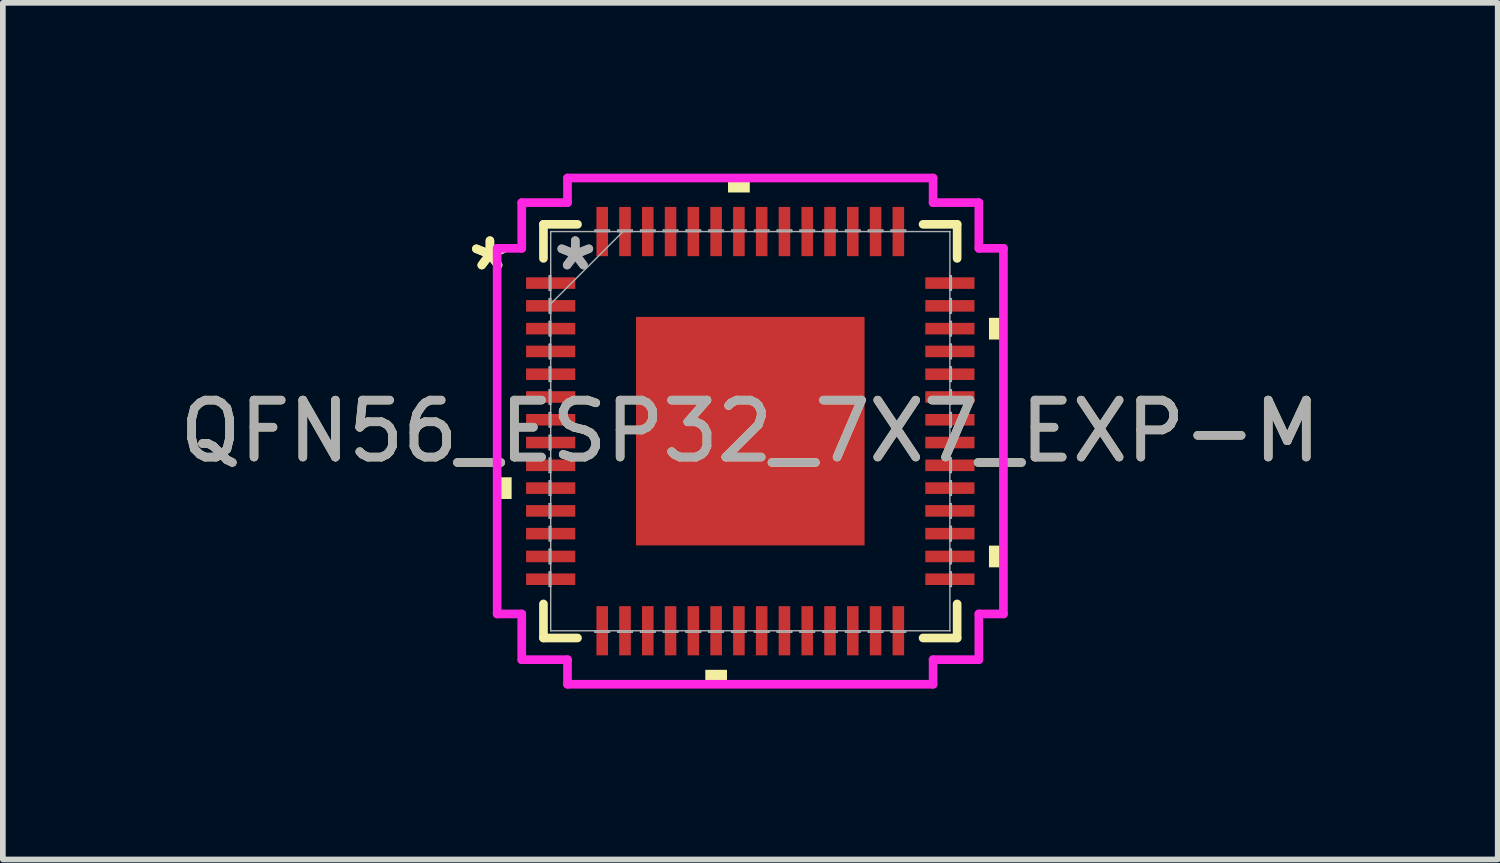
<source format=kicad_pcb>
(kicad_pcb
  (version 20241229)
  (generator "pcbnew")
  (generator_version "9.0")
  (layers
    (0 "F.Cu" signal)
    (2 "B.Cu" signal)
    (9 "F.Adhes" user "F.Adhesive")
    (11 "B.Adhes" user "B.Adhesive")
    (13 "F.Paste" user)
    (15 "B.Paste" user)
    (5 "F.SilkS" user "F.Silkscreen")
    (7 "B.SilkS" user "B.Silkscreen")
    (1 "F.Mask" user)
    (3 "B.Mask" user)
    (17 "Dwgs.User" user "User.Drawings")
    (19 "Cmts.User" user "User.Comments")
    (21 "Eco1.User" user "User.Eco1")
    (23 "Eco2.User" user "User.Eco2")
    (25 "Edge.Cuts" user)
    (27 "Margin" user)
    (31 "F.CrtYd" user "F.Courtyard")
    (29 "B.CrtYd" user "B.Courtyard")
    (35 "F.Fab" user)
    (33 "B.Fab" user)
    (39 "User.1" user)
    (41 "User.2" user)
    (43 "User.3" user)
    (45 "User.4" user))
  (footprint "QFN56_ESP32_7X7_EXP-M"
    (layer "F.Cu")
    (at 10.125 4.521)
    (property "Reference" "QFN56_ESP32_7X7_EXP-M" (at 0 0 0) (unlocked yes) (layer "F.SilkS") (effects (font (size 1 1) (thickness 0.15))))
    (attr smd)
    (fp_line (start -3.632 -3.632) (end -3.632 -3.034) (stroke (width 0.152) (type solid)) (layer "F.SilkS"))
    (fp_line (start -3.632 3.034) (end -3.632 3.632) (stroke (width 0.152) (type solid)) (layer "F.SilkS"))
    (fp_line (start -3.632 3.632) (end -3.034 3.632) (stroke (width 0.152) (type solid)) (layer "F.SilkS"))
    (fp_line (start -3.034 -3.632) (end -3.632 -3.632) (stroke (width 0.152) (type solid)) (layer "F.SilkS"))
    (fp_line (start 3.034 3.632) (end 3.632 3.632) (stroke (width 0.152) (type solid)) (layer "F.SilkS"))
    (fp_line (start 3.632 -3.632) (end 3.034 -3.632) (stroke (width 0.152) (type solid)) (layer "F.SilkS"))
    (fp_line (start 3.632 -3.034) (end 3.632 -3.632) (stroke (width 0.152) (type solid)) (layer "F.SilkS"))
    (fp_line (start 3.632 3.632) (end 3.632 3.034) (stroke (width 0.152) (type solid)) (layer "F.SilkS"))
    (fp_poly (pts (xy -4.445 0.81) (xy -4.445 1.191) (xy -4.191 1.191) (xy -4.191 0.81)) (stroke (width 0) (type solid)) (fill yes) (layer "F.SilkS"))
    (fp_poly (pts (xy -0.79 4.191) (xy -0.79 4.445) (xy -0.409 4.445) (xy -0.409 4.191)) (stroke (width 0) (type solid)) (fill yes) (layer "F.SilkS"))
    (fp_poly (pts (xy -0.391 -4.191) (xy -0.391 -4.445) (xy -0.009 -4.445) (xy -0.009 -4.191)) (stroke (width 0) (type solid)) (fill yes) (layer "F.SilkS"))
    (fp_poly (pts (xy 4.445 -1.99) (xy 4.445 -1.609) (xy 4.191 -1.609) (xy 4.191 -1.99)) (stroke (width 0) (type solid)) (fill yes) (layer "F.SilkS"))
    (fp_poly (pts (xy 4.445 2.01) (xy 4.445 2.391) (xy 4.191 2.391) (xy 4.191 2.01)) (stroke (width 0) (type solid)) (fill yes) (layer "F.SilkS"))
    (fp_poly (pts (xy -1.907 -1.907) (xy -1.907 -0.769) (xy -0.769 -0.769) (xy -0.769 -1.907)) (stroke (width 0) (type solid)) (fill yes) (layer "F.Paste"))
    (fp_poly (pts (xy -1.907 -0.569) (xy -1.907 0.569) (xy -0.769 0.569) (xy -0.769 -0.569)) (stroke (width 0) (type solid)) (fill yes) (layer "F.Paste"))
    (fp_poly (pts (xy -1.907 0.769) (xy -1.907 1.907) (xy -0.769 1.907) (xy -0.769 0.769)) (stroke (width 0) (type solid)) (fill yes) (layer "F.Paste"))
    (fp_poly (pts (xy -0.569 -1.907) (xy -0.569 -0.769) (xy 0.569 -0.769) (xy 0.569 -1.907)) (stroke (width 0) (type solid)) (fill yes) (layer "F.Paste"))
    (fp_poly (pts (xy -0.569 -0.569) (xy -0.569 0.569) (xy 0.569 0.569) (xy 0.569 -0.569)) (stroke (width 0) (type solid)) (fill yes) (layer "F.Paste"))
    (fp_poly (pts (xy -0.569 0.769) (xy -0.569 1.907) (xy 0.569 1.907) (xy 0.569 0.769)) (stroke (width 0) (type solid)) (fill yes) (layer "F.Paste"))
    (fp_poly (pts (xy 0.769 -1.907) (xy 0.769 -0.769) (xy 1.907 -0.769) (xy 1.907 -1.907)) (stroke (width 0) (type solid)) (fill yes) (layer "F.Paste"))
    (fp_poly (pts (xy 0.769 -0.569) (xy 0.769 0.569) (xy 1.907 0.569) (xy 1.907 -0.569)) (stroke (width 0) (type solid)) (fill yes) (layer "F.Paste"))
    (fp_poly (pts (xy 0.769 0.769) (xy 0.769 1.907) (xy 1.907 1.907) (xy 1.907 0.769)) (stroke (width 0) (type solid)) (fill yes) (layer "F.Paste"))
    (fp_line (start -4.445 -3.21) (end -4.013 -3.21) (stroke (width 0.152) (type solid)) (layer "F.CrtYd"))
    (fp_line (start -4.445 3.21) (end -4.445 -3.21) (stroke (width 0.152) (type solid)) (layer "F.CrtYd"))
    (fp_line (start -4.013 -4.013) (end -3.21 -4.013) (stroke (width 0.152) (type solid)) (layer "F.CrtYd"))
    (fp_line (start -4.013 -3.21) (end -4.013 -4.013) (stroke (width 0.152) (type solid)) (layer "F.CrtYd"))
    (fp_line (start -4.013 3.21) (end -4.445 3.21) (stroke (width 0.152) (type solid)) (layer "F.CrtYd"))
    (fp_line (start -4.013 4.013) (end -4.013 3.21) (stroke (width 0.152) (type solid)) (layer "F.CrtYd"))
    (fp_line (start -3.21 -4.445) (end 3.21 -4.445) (stroke (width 0.152) (type solid)) (layer "F.CrtYd"))
    (fp_line (start -3.21 -4.013) (end -3.21 -4.445) (stroke (width 0.152) (type solid)) (layer "F.CrtYd"))
    (fp_line (start -3.21 4.013) (end -4.013 4.013) (stroke (width 0.152) (type solid)) (layer "F.CrtYd"))
    (fp_line (start -3.21 4.445) (end -3.21 4.013) (stroke (width 0.152) (type solid)) (layer "F.CrtYd"))
    (fp_line (start 3.21 -4.445) (end 3.21 -4.013) (stroke (width 0.152) (type solid)) (layer "F.CrtYd"))
    (fp_line (start 3.21 -4.013) (end 4.013 -4.013) (stroke (width 0.152) (type solid)) (layer "F.CrtYd"))
    (fp_line (start 3.21 4.013) (end 3.21 4.445) (stroke (width 0.152) (type solid)) (layer "F.CrtYd"))
    (fp_line (start 3.21 4.445) (end -3.21 4.445) (stroke (width 0.152) (type solid)) (layer "F.CrtYd"))
    (fp_line (start 4.013 -4.013) (end 4.013 -3.21) (stroke (width 0.152) (type solid)) (layer "F.CrtYd"))
    (fp_line (start 4.013 -3.21) (end 4.445 -3.21) (stroke (width 0.152) (type solid)) (layer "F.CrtYd"))
    (fp_line (start 4.013 3.21) (end 4.013 4.013) (stroke (width 0.152) (type solid)) (layer "F.CrtYd"))
    (fp_line (start 4.013 4.013) (end 3.21 4.013) (stroke (width 0.152) (type solid)) (layer "F.CrtYd"))
    (fp_line (start 4.445 -3.21) (end 4.445 3.21) (stroke (width 0.152) (type solid)) (layer "F.CrtYd"))
    (fp_line (start 4.445 3.21) (end 4.013 3.21) (stroke (width 0.152) (type solid)) (layer "F.CrtYd"))
    (fp_line (start -3.531 -2.727) (end -3.531 -2.473) (stroke (width 0.025) (type solid)) (layer "F.Fab"))
    (fp_line (start -3.531 -2.473) (end -3.505 -2.473) (stroke (width 0.025) (type solid)) (layer "F.Fab"))
    (fp_line (start -3.531 -2.327) (end -3.531 -2.073) (stroke (width 0.025) (type solid)) (layer "F.Fab"))
    (fp_line (start -3.531 -2.073) (end -3.505 -2.073) (stroke (width 0.025) (type solid)) (layer "F.Fab"))
    (fp_line (start -3.531 -1.927) (end -3.531 -1.673) (stroke (width 0.025) (type solid)) (layer "F.Fab"))
    (fp_line (start -3.531 -1.673) (end -3.505 -1.673) (stroke (width 0.025) (type solid)) (layer "F.Fab"))
    (fp_line (start -3.531 -1.527) (end -3.531 -1.273) (stroke (width 0.025) (type solid)) (layer "F.Fab"))
    (fp_line (start -3.531 -1.273) (end -3.505 -1.273) (stroke (width 0.025) (type solid)) (layer "F.Fab"))
    (fp_line (start -3.531 -1.127) (end -3.531 -0.873) (stroke (width 0.025) (type solid)) (layer "F.Fab"))
    (fp_line (start -3.531 -0.873) (end -3.505 -0.873) (stroke (width 0.025) (type solid)) (layer "F.Fab"))
    (fp_line (start -3.531 -0.727) (end -3.531 -0.473) (stroke (width 0.025) (type solid)) (layer "F.Fab"))
    (fp_line (start -3.531 -0.473) (end -3.505 -0.473) (stroke (width 0.025) (type solid)) (layer "F.Fab"))
    (fp_line (start -3.531 -0.327) (end -3.531 -0.073) (stroke (width 0.025) (type solid)) (layer "F.Fab"))
    (fp_line (start -3.531 -0.073) (end -3.505 -0.073) (stroke (width 0.025) (type solid)) (layer "F.Fab"))
    (fp_line (start -3.531 0.073) (end -3.531 0.327) (stroke (width 0.025) (type solid)) (layer "F.Fab"))
    (fp_line (start -3.531 0.327) (end -3.505 0.327) (stroke (width 0.025) (type solid)) (layer "F.Fab"))
    (fp_line (start -3.531 0.473) (end -3.531 0.727) (stroke (width 0.025) (type solid)) (layer "F.Fab"))
    (fp_line (start -3.531 0.727) (end -3.505 0.727) (stroke (width 0.025) (type solid)) (layer "F.Fab"))
    (fp_line (start -3.531 0.873) (end -3.531 1.127) (stroke (width 0.025) (type solid)) (layer "F.Fab"))
    (fp_line (start -3.531 1.127) (end -3.505 1.127) (stroke (width 0.025) (type solid)) (layer "F.Fab"))
    (fp_line (start -3.531 1.273) (end -3.531 1.527) (stroke (width 0.025) (type solid)) (layer "F.Fab"))
    (fp_line (start -3.531 1.527) (end -3.505 1.527) (stroke (width 0.025) (type solid)) (layer "F.Fab"))
    (fp_line (start -3.531 1.673) (end -3.531 1.927) (stroke (width 0.025) (type solid)) (layer "F.Fab"))
    (fp_line (start -3.531 1.927) (end -3.505 1.927) (stroke (width 0.025) (type solid)) (layer "F.Fab"))
    (fp_line (start -3.531 2.073) (end -3.531 2.327) (stroke (width 0.025) (type solid)) (layer "F.Fab"))
    (fp_line (start -3.531 2.327) (end -3.505 2.327) (stroke (width 0.025) (type solid)) (layer "F.Fab"))
    (fp_line (start -3.531 2.473) (end -3.531 2.727) (stroke (width 0.025) (type solid)) (layer "F.Fab"))
    (fp_line (start -3.531 2.727) (end -3.505 2.727) (stroke (width 0.025) (type solid)) (layer "F.Fab"))
    (fp_line (start -3.505 -3.505) (end -3.505 -3.505) (stroke (width 0.025) (type solid)) (layer "F.Fab"))
    (fp_line (start -3.505 -3.505) (end -3.505 3.505) (stroke (width 0.025) (type solid)) (layer "F.Fab"))
    (fp_line (start -3.505 -2.727) (end -3.531 -2.727) (stroke (width 0.025) (type solid)) (layer "F.Fab"))
    (fp_line (start -3.505 -2.473) (end -3.505 -2.727) (stroke (width 0.025) (type solid)) (layer "F.Fab"))
    (fp_line (start -3.505 -2.327) (end -3.531 -2.327) (stroke (width 0.025) (type solid)) (layer "F.Fab"))
    (fp_line (start -3.505 -2.235) (end -2.235 -3.505) (stroke (width 0.025) (type solid)) (layer "F.Fab"))
    (fp_line (start -3.505 -2.073) (end -3.505 -2.327) (stroke (width 0.025) (type solid)) (layer "F.Fab"))
    (fp_line (start -3.505 -1.927) (end -3.531 -1.927) (stroke (width 0.025) (type solid)) (layer "F.Fab"))
    (fp_line (start -3.505 -1.673) (end -3.505 -1.927) (stroke (width 0.025) (type solid)) (layer "F.Fab"))
    (fp_line (start -3.505 -1.527) (end -3.531 -1.527) (stroke (width 0.025) (type solid)) (layer "F.Fab"))
    (fp_line (start -3.505 -1.273) (end -3.505 -1.527) (stroke (width 0.025) (type solid)) (layer "F.Fab"))
    (fp_line (start -3.505 -1.127) (end -3.531 -1.127) (stroke (width 0.025) (type solid)) (layer "F.Fab"))
    (fp_line (start -3.505 -0.873) (end -3.505 -1.127) (stroke (width 0.025) (type solid)) (layer "F.Fab"))
    (fp_line (start -3.505 -0.727) (end -3.531 -0.727) (stroke (width 0.025) (type solid)) (layer "F.Fab"))
    (fp_line (start -3.505 -0.473) (end -3.505 -0.727) (stroke (width 0.025) (type solid)) (layer "F.Fab"))
    (fp_line (start -3.505 -0.327) (end -3.531 -0.327) (stroke (width 0.025) (type solid)) (layer "F.Fab"))
    (fp_line (start -3.505 -0.073) (end -3.505 -0.327) (stroke (width 0.025) (type solid)) (layer "F.Fab"))
    (fp_line (start -3.505 0.073) (end -3.531 0.073) (stroke (width 0.025) (type solid)) (layer "F.Fab"))
    (fp_line (start -3.505 0.327) (end -3.505 0.073) (stroke (width 0.025) (type solid)) (layer "F.Fab"))
    (fp_line (start -3.505 0.473) (end -3.531 0.473) (stroke (width 0.025) (type solid)) (layer "F.Fab"))
    (fp_line (start -3.505 0.727) (end -3.505 0.473) (stroke (width 0.025) (type solid)) (layer "F.Fab"))
    (fp_line (start -3.505 0.873) (end -3.531 0.873) (stroke (width 0.025) (type solid)) (layer "F.Fab"))
    (fp_line (start -3.505 1.127) (end -3.505 0.873) (stroke (width 0.025) (type solid)) (layer "F.Fab"))
    (fp_line (start -3.505 1.273) (end -3.531 1.273) (stroke (width 0.025) (type solid)) (layer "F.Fab"))
    (fp_line (start -3.505 1.527) (end -3.505 1.273) (stroke (width 0.025) (type solid)) (layer "F.Fab"))
    (fp_line (start -3.505 1.673) (end -3.531 1.673) (stroke (width 0.025) (type solid)) (layer "F.Fab"))
    (fp_line (start -3.505 1.927) (end -3.505 1.673) (stroke (width 0.025) (type solid)) (layer "F.Fab"))
    (fp_line (start -3.505 2.073) (end -3.531 2.073) (stroke (width 0.025) (type solid)) (layer "F.Fab"))
    (fp_line (start -3.505 2.327) (end -3.505 2.073) (stroke (width 0.025) (type solid)) (layer "F.Fab"))
    (fp_line (start -3.505 2.473) (end -3.531 2.473) (stroke (width 0.025) (type solid)) (layer "F.Fab"))
    (fp_line (start -3.505 2.727) (end -3.505 2.473) (stroke (width 0.025) (type solid)) (layer "F.Fab"))
    (fp_line (start -3.505 3.505) (end -3.505 3.505) (stroke (width 0.025) (type solid)) (layer "F.Fab"))
    (fp_line (start -3.505 3.505) (end 3.505 3.505) (stroke (width 0.025) (type solid)) (layer "F.Fab"))
    (fp_line (start -2.727 -3.531) (end -2.727 -3.505) (stroke (width 0.025) (type solid)) (layer "F.Fab"))
    (fp_line (start -2.727 -3.505) (end -2.473 -3.505) (stroke (width 0.025) (type solid)) (layer "F.Fab"))
    (fp_line (start -2.727 3.505) (end -2.727 3.531) (stroke (width 0.025) (type solid)) (layer "F.Fab"))
    (fp_line (start -2.727 3.531) (end -2.473 3.531) (stroke (width 0.025) (type solid)) (layer "F.Fab"))
    (fp_line (start -2.473 -3.531) (end -2.727 -3.531) (stroke (width 0.025) (type solid)) (layer "F.Fab"))
    (fp_line (start -2.473 -3.505) (end -2.473 -3.531) (stroke (width 0.025) (type solid)) (layer "F.Fab"))
    (fp_line (start -2.473 3.505) (end -2.727 3.505) (stroke (width 0.025) (type solid)) (layer "F.Fab"))
    (fp_line (start -2.473 3.531) (end -2.473 3.505) (stroke (width 0.025) (type solid)) (layer "F.Fab"))
    (fp_line (start -2.327 -3.531) (end -2.327 -3.505) (stroke (width 0.025) (type solid)) (layer "F.Fab"))
    (fp_line (start -2.327 -3.505) (end -2.073 -3.505) (stroke (width 0.025) (type solid)) (layer "F.Fab"))
    (fp_line (start -2.327 3.505) (end -2.327 3.531) (stroke (width 0.025) (type solid)) (layer "F.Fab"))
    (fp_line (start -2.327 3.531) (end -2.073 3.531) (stroke (width 0.025) (type solid)) (layer "F.Fab"))
    (fp_line (start -2.073 -3.531) (end -2.327 -3.531) (stroke (width 0.025) (type solid)) (layer "F.Fab"))
    (fp_line (start -2.073 -3.505) (end -2.073 -3.531) (stroke (width 0.025) (type solid)) (layer "F.Fab"))
    (fp_line (start -2.073 3.505) (end -2.327 3.505) (stroke (width 0.025) (type solid)) (layer "F.Fab"))
    (fp_line (start -2.073 3.531) (end -2.073 3.505) (stroke (width 0.025) (type solid)) (layer "F.Fab"))
    (fp_line (start -1.927 -3.531) (end -1.927 -3.505) (stroke (width 0.025) (type solid)) (layer "F.Fab"))
    (fp_line (start -1.927 -3.505) (end -1.673 -3.505) (stroke (width 0.025) (type solid)) (layer "F.Fab"))
    (fp_line (start -1.927 3.505) (end -1.927 3.531) (stroke (width 0.025) (type solid)) (layer "F.Fab"))
    (fp_line (start -1.927 3.531) (end -1.673 3.531) (stroke (width 0.025) (type solid)) (layer "F.Fab"))
    (fp_line (start -1.673 -3.531) (end -1.927 -3.531) (stroke (width 0.025) (type solid)) (layer "F.Fab"))
    (fp_line (start -1.673 -3.505) (end -1.673 -3.531) (stroke (width 0.025) (type solid)) (layer "F.Fab"))
    (fp_line (start -1.673 3.505) (end -1.927 3.505) (stroke (width 0.025) (type solid)) (layer "F.Fab"))
    (fp_line (start -1.673 3.531) (end -1.673 3.505) (stroke (width 0.025) (type solid)) (layer "F.Fab"))
    (fp_line (start -1.527 -3.531) (end -1.527 -3.505) (stroke (width 0.025) (type solid)) (layer "F.Fab"))
    (fp_line (start -1.527 -3.505) (end -1.273 -3.505) (stroke (width 0.025) (type solid)) (layer "F.Fab"))
    (fp_line (start -1.527 3.505) (end -1.527 3.531) (stroke (width 0.025) (type solid)) (layer "F.Fab"))
    (fp_line (start -1.527 3.531) (end -1.273 3.531) (stroke (width 0.025) (type solid)) (layer "F.Fab"))
    (fp_line (start -1.273 -3.531) (end -1.527 -3.531) (stroke (width 0.025) (type solid)) (layer "F.Fab"))
    (fp_line (start -1.273 -3.505) (end -1.273 -3.531) (stroke (width 0.025) (type solid)) (layer "F.Fab"))
    (fp_line (start -1.273 3.505) (end -1.527 3.505) (stroke (width 0.025) (type solid)) (layer "F.Fab"))
    (fp_line (start -1.273 3.531) (end -1.273 3.505) (stroke (width 0.025) (type solid)) (layer "F.Fab"))
    (fp_line (start -1.127 -3.531) (end -1.127 -3.505) (stroke (width 0.025) (type solid)) (layer "F.Fab"))
    (fp_line (start -1.127 -3.505) (end -0.873 -3.505) (stroke (width 0.025) (type solid)) (layer "F.Fab"))
    (fp_line (start -1.127 3.505) (end -1.127 3.531) (stroke (width 0.025) (type solid)) (layer "F.Fab"))
    (fp_line (start -1.127 3.531) (end -0.873 3.531) (stroke (width 0.025) (type solid)) (layer "F.Fab"))
    (fp_line (start -0.873 -3.531) (end -1.127 -3.531) (stroke (width 0.025) (type solid)) (layer "F.Fab"))
    (fp_line (start -0.873 -3.505) (end -0.873 -3.531) (stroke (width 0.025) (type solid)) (layer "F.Fab"))
    (fp_line (start -0.873 3.505) (end -1.127 3.505) (stroke (width 0.025) (type solid)) (layer "F.Fab"))
    (fp_line (start -0.873 3.531) (end -0.873 3.505) (stroke (width 0.025) (type solid)) (layer "F.Fab"))
    (fp_line (start -0.727 -3.531) (end -0.727 -3.505) (stroke (width 0.025) (type solid)) (layer "F.Fab"))
    (fp_line (start -0.727 -3.505) (end -0.473 -3.505) (stroke (width 0.025) (type solid)) (layer "F.Fab"))
    (fp_line (start -0.727 3.505) (end -0.727 3.531) (stroke (width 0.025) (type solid)) (layer "F.Fab"))
    (fp_line (start -0.727 3.531) (end -0.473 3.531) (stroke (width 0.025) (type solid)) (layer "F.Fab"))
    (fp_line (start -0.473 -3.531) (end -0.727 -3.531) (stroke (width 0.025) (type solid)) (layer "F.Fab"))
    (fp_line (start -0.473 -3.505) (end -0.473 -3.531) (stroke (width 0.025) (type solid)) (layer "F.Fab"))
    (fp_line (start -0.473 3.505) (end -0.727 3.505) (stroke (width 0.025) (type solid)) (layer "F.Fab"))
    (fp_line (start -0.473 3.531) (end -0.473 3.505) (stroke (width 0.025) (type solid)) (layer "F.Fab"))
    (fp_line (start -0.327 -3.531) (end -0.327 -3.505) (stroke (width 0.025) (type solid)) (layer "F.Fab"))
    (fp_line (start -0.327 -3.505) (end -0.073 -3.505) (stroke (width 0.025) (type solid)) (layer "F.Fab"))
    (fp_line (start -0.327 3.505) (end -0.327 3.531) (stroke (width 0.025) (type solid)) (layer "F.Fab"))
    (fp_line (start -0.327 3.531) (end -0.073 3.531) (stroke (width 0.025) (type solid)) (layer "F.Fab"))
    (fp_line (start -0.073 -3.531) (end -0.327 -3.531) (stroke (width 0.025) (type solid)) (layer "F.Fab"))
    (fp_line (start -0.073 -3.505) (end -0.073 -3.531) (stroke (width 0.025) (type solid)) (layer "F.Fab"))
    (fp_line (start -0.073 3.505) (end -0.327 3.505) (stroke (width 0.025) (type solid)) (layer "F.Fab"))
    (fp_line (start -0.073 3.531) (end -0.073 3.505) (stroke (width 0.025) (type solid)) (layer "F.Fab"))
    (fp_line (start 0.073 -3.531) (end 0.073 -3.505) (stroke (width 0.025) (type solid)) (layer "F.Fab"))
    (fp_line (start 0.073 -3.505) (end 0.327 -3.505) (stroke (width 0.025) (type solid)) (layer "F.Fab"))
    (fp_line (start 0.073 3.505) (end 0.073 3.531) (stroke (width 0.025) (type solid)) (layer "F.Fab"))
    (fp_line (start 0.073 3.531) (end 0.327 3.531) (stroke (width 0.025) (type solid)) (layer "F.Fab"))
    (fp_line (start 0.327 -3.531) (end 0.073 -3.531) (stroke (width 0.025) (type solid)) (layer "F.Fab"))
    (fp_line (start 0.327 -3.505) (end 0.327 -3.531) (stroke (width 0.025) (type solid)) (layer "F.Fab"))
    (fp_line (start 0.327 3.505) (end 0.073 3.505) (stroke (width 0.025) (type solid)) (layer "F.Fab"))
    (fp_line (start 0.327 3.531) (end 0.327 3.505) (stroke (width 0.025) (type solid)) (layer "F.Fab"))
    (fp_line (start 0.473 -3.531) (end 0.473 -3.505) (stroke (width 0.025) (type solid)) (layer "F.Fab"))
    (fp_line (start 0.473 -3.505) (end 0.727 -3.505) (stroke (width 0.025) (type solid)) (layer "F.Fab"))
    (fp_line (start 0.473 3.505) (end 0.473 3.531) (stroke (width 0.025) (type solid)) (layer "F.Fab"))
    (fp_line (start 0.473 3.531) (end 0.727 3.531) (stroke (width 0.025) (type solid)) (layer "F.Fab"))
    (fp_line (start 0.727 -3.531) (end 0.473 -3.531) (stroke (width 0.025) (type solid)) (layer "F.Fab"))
    (fp_line (start 0.727 -3.505) (end 0.727 -3.531) (stroke (width 0.025) (type solid)) (layer "F.Fab"))
    (fp_line (start 0.727 3.505) (end 0.473 3.505) (stroke (width 0.025) (type solid)) (layer "F.Fab"))
    (fp_line (start 0.727 3.531) (end 0.727 3.505) (stroke (width 0.025) (type solid)) (layer "F.Fab"))
    (fp_line (start 0.873 -3.531) (end 0.873 -3.505) (stroke (width 0.025) (type solid)) (layer "F.Fab"))
    (fp_line (start 0.873 -3.505) (end 1.127 -3.505) (stroke (width 0.025) (type solid)) (layer "F.Fab"))
    (fp_line (start 0.873 3.505) (end 0.873 3.531) (stroke (width 0.025) (type solid)) (layer "F.Fab"))
    (fp_line (start 0.873 3.531) (end 1.127 3.531) (stroke (width 0.025) (type solid)) (layer "F.Fab"))
    (fp_line (start 1.127 -3.531) (end 0.873 -3.531) (stroke (width 0.025) (type solid)) (layer "F.Fab"))
    (fp_line (start 1.127 -3.505) (end 1.127 -3.531) (stroke (width 0.025) (type solid)) (layer "F.Fab"))
    (fp_line (start 1.127 3.505) (end 0.873 3.505) (stroke (width 0.025) (type solid)) (layer "F.Fab"))
    (fp_line (start 1.127 3.531) (end 1.127 3.505) (stroke (width 0.025) (type solid)) (layer "F.Fab"))
    (fp_line (start 1.273 -3.531) (end 1.273 -3.505) (stroke (width 0.025) (type solid)) (layer "F.Fab"))
    (fp_line (start 1.273 -3.505) (end 1.527 -3.505) (stroke (width 0.025) (type solid)) (layer "F.Fab"))
    (fp_line (start 1.273 3.505) (end 1.273 3.531) (stroke (width 0.025) (type solid)) (layer "F.Fab"))
    (fp_line (start 1.273 3.531) (end 1.527 3.531) (stroke (width 0.025) (type solid)) (layer "F.Fab"))
    (fp_line (start 1.527 -3.531) (end 1.273 -3.531) (stroke (width 0.025) (type solid)) (layer "F.Fab"))
    (fp_line (start 1.527 -3.505) (end 1.527 -3.531) (stroke (width 0.025) (type solid)) (layer "F.Fab"))
    (fp_line (start 1.527 3.505) (end 1.273 3.505) (stroke (width 0.025) (type solid)) (layer "F.Fab"))
    (fp_line (start 1.527 3.531) (end 1.527 3.505) (stroke (width 0.025) (type solid)) (layer "F.Fab"))
    (fp_line (start 1.673 -3.531) (end 1.673 -3.505) (stroke (width 0.025) (type solid)) (layer "F.Fab"))
    (fp_line (start 1.673 -3.505) (end 1.927 -3.505) (stroke (width 0.025) (type solid)) (layer "F.Fab"))
    (fp_line (start 1.673 3.505) (end 1.673 3.531) (stroke (width 0.025) (type solid)) (layer "F.Fab"))
    (fp_line (start 1.673 3.531) (end 1.927 3.531) (stroke (width 0.025) (type solid)) (layer "F.Fab"))
    (fp_line (start 1.927 -3.531) (end 1.673 -3.531) (stroke (width 0.025) (type solid)) (layer "F.Fab"))
    (fp_line (start 1.927 -3.505) (end 1.927 -3.531) (stroke (width 0.025) (type solid)) (layer "F.Fab"))
    (fp_line (start 1.927 3.505) (end 1.673 3.505) (stroke (width 0.025) (type solid)) (layer "F.Fab"))
    (fp_line (start 1.927 3.531) (end 1.927 3.505) (stroke (width 0.025) (type solid)) (layer "F.Fab"))
    (fp_line (start 2.073 -3.531) (end 2.073 -3.505) (stroke (width 0.025) (type solid)) (layer "F.Fab"))
    (fp_line (start 2.073 -3.505) (end 2.327 -3.505) (stroke (width 0.025) (type solid)) (layer "F.Fab"))
    (fp_line (start 2.073 3.505) (end 2.073 3.531) (stroke (width 0.025) (type solid)) (layer "F.Fab"))
    (fp_line (start 2.073 3.531) (end 2.327 3.531) (stroke (width 0.025) (type solid)) (layer "F.Fab"))
    (fp_line (start 2.327 -3.531) (end 2.073 -3.531) (stroke (width 0.025) (type solid)) (layer "F.Fab"))
    (fp_line (start 2.327 -3.505) (end 2.327 -3.531) (stroke (width 0.025) (type solid)) (layer "F.Fab"))
    (fp_line (start 2.327 3.505) (end 2.073 3.505) (stroke (width 0.025) (type solid)) (layer "F.Fab"))
    (fp_line (start 2.327 3.531) (end 2.327 3.505) (stroke (width 0.025) (type solid)) (layer "F.Fab"))
    (fp_line (start 2.473 -3.531) (end 2.473 -3.505) (stroke (width 0.025) (type solid)) (layer "F.Fab"))
    (fp_line (start 2.473 -3.505) (end 2.727 -3.505) (stroke (width 0.025) (type solid)) (layer "F.Fab"))
    (fp_line (start 2.473 3.505) (end 2.473 3.531) (stroke (width 0.025) (type solid)) (layer "F.Fab"))
    (fp_line (start 2.473 3.531) (end 2.727 3.531) (stroke (width 0.025) (type solid)) (layer "F.Fab"))
    (fp_line (start 2.727 -3.531) (end 2.473 -3.531) (stroke (width 0.025) (type solid)) (layer "F.Fab"))
    (fp_line (start 2.727 -3.505) (end 2.727 -3.531) (stroke (width 0.025) (type solid)) (layer "F.Fab"))
    (fp_line (start 2.727 3.505) (end 2.473 3.505) (stroke (width 0.025) (type solid)) (layer "F.Fab"))
    (fp_line (start 2.727 3.531) (end 2.727 3.505) (stroke (width 0.025) (type solid)) (layer "F.Fab"))
    (fp_line (start 3.505 -3.505) (end -3.505 -3.505) (stroke (width 0.025) (type solid)) (layer "F.Fab"))
    (fp_line (start 3.505 -3.505) (end 3.505 -3.505) (stroke (width 0.025) (type solid)) (layer "F.Fab"))
    (fp_line (start 3.505 -2.727) (end 3.505 -2.473) (stroke (width 0.025) (type solid)) (layer "F.Fab"))
    (fp_line (start 3.505 -2.473) (end 3.531 -2.473) (stroke (width 0.025) (type solid)) (layer "F.Fab"))
    (fp_line (start 3.505 -2.327) (end 3.505 -2.073) (stroke (width 0.025) (type solid)) (layer "F.Fab"))
    (fp_line (start 3.505 -2.073) (end 3.531 -2.073) (stroke (width 0.025) (type solid)) (layer "F.Fab"))
    (fp_line (start 3.505 -1.927) (end 3.505 -1.673) (stroke (width 0.025) (type solid)) (layer "F.Fab"))
    (fp_line (start 3.505 -1.673) (end 3.531 -1.673) (stroke (width 0.025) (type solid)) (layer "F.Fab"))
    (fp_line (start 3.505 -1.527) (end 3.505 -1.273) (stroke (width 0.025) (type solid)) (layer "F.Fab"))
    (fp_line (start 3.505 -1.273) (end 3.531 -1.273) (stroke (width 0.025) (type solid)) (layer "F.Fab"))
    (fp_line (start 3.505 -1.127) (end 3.505 -0.873) (stroke (width 0.025) (type solid)) (layer "F.Fab"))
    (fp_line (start 3.505 -0.873) (end 3.531 -0.873) (stroke (width 0.025) (type solid)) (layer "F.Fab"))
    (fp_line (start 3.505 -0.727) (end 3.505 -0.473) (stroke (width 0.025) (type solid)) (layer "F.Fab"))
    (fp_line (start 3.505 -0.473) (end 3.531 -0.473) (stroke (width 0.025) (type solid)) (layer "F.Fab"))
    (fp_line (start 3.505 -0.327) (end 3.505 -0.073) (stroke (width 0.025) (type solid)) (layer "F.Fab"))
    (fp_line (start 3.505 -0.073) (end 3.531 -0.073) (stroke (width 0.025) (type solid)) (layer "F.Fab"))
    (fp_line (start 3.505 0.073) (end 3.505 0.327) (stroke (width 0.025) (type solid)) (layer "F.Fab"))
    (fp_line (start 3.505 0.327) (end 3.531 0.327) (stroke (width 0.025) (type solid)) (layer "F.Fab"))
    (fp_line (start 3.505 0.473) (end 3.505 0.727) (stroke (width 0.025) (type solid)) (layer "F.Fab"))
    (fp_line (start 3.505 0.727) (end 3.531 0.727) (stroke (width 0.025) (type solid)) (layer "F.Fab"))
    (fp_line (start 3.505 0.873) (end 3.505 1.127) (stroke (width 0.025) (type solid)) (layer "F.Fab"))
    (fp_line (start 3.505 1.127) (end 3.531 1.127) (stroke (width 0.025) (type solid)) (layer "F.Fab"))
    (fp_line (start 3.505 1.273) (end 3.505 1.527) (stroke (width 0.025) (type solid)) (layer "F.Fab"))
    (fp_line (start 3.505 1.527) (end 3.531 1.527) (stroke (width 0.025) (type solid)) (layer "F.Fab"))
    (fp_line (start 3.505 1.673) (end 3.505 1.927) (stroke (width 0.025) (type solid)) (layer "F.Fab"))
    (fp_line (start 3.505 1.927) (end 3.531 1.927) (stroke (width 0.025) (type solid)) (layer "F.Fab"))
    (fp_line (start 3.505 2.073) (end 3.505 2.327) (stroke (width 0.025) (type solid)) (layer "F.Fab"))
    (fp_line (start 3.505 2.327) (end 3.531 2.327) (stroke (width 0.025) (type solid)) (layer "F.Fab"))
    (fp_line (start 3.505 2.473) (end 3.505 2.727) (stroke (width 0.025) (type solid)) (layer "F.Fab"))
    (fp_line (start 3.505 2.727) (end 3.531 2.727) (stroke (width 0.025) (type solid)) (layer "F.Fab"))
    (fp_line (start 3.505 3.505) (end 3.505 -3.505) (stroke (width 0.025) (type solid)) (layer "F.Fab"))
    (fp_line (start 3.505 3.505) (end 3.505 3.505) (stroke (width 0.025) (type solid)) (layer "F.Fab"))
    (fp_line (start 3.531 -2.727) (end 3.505 -2.727) (stroke (width 0.025) (type solid)) (layer "F.Fab"))
    (fp_line (start 3.531 -2.473) (end 3.531 -2.727) (stroke (width 0.025) (type solid)) (layer "F.Fab"))
    (fp_line (start 3.531 -2.327) (end 3.505 -2.327) (stroke (width 0.025) (type solid)) (layer "F.Fab"))
    (fp_line (start 3.531 -2.073) (end 3.531 -2.327) (stroke (width 0.025) (type solid)) (layer "F.Fab"))
    (fp_line (start 3.531 -1.927) (end 3.505 -1.927) (stroke (width 0.025) (type solid)) (layer "F.Fab"))
    (fp_line (start 3.531 -1.673) (end 3.531 -1.927) (stroke (width 0.025) (type solid)) (layer "F.Fab"))
    (fp_line (start 3.531 -1.527) (end 3.505 -1.527) (stroke (width 0.025) (type solid)) (layer "F.Fab"))
    (fp_line (start 3.531 -1.273) (end 3.531 -1.527) (stroke (width 0.025) (type solid)) (layer "F.Fab"))
    (fp_line (start 3.531 -1.127) (end 3.505 -1.127) (stroke (width 0.025) (type solid)) (layer "F.Fab"))
    (fp_line (start 3.531 -0.873) (end 3.531 -1.127) (stroke (width 0.025) (type solid)) (layer "F.Fab"))
    (fp_line (start 3.531 -0.727) (end 3.505 -0.727) (stroke (width 0.025) (type solid)) (layer "F.Fab"))
    (fp_line (start 3.531 -0.473) (end 3.531 -0.727) (stroke (width 0.025) (type solid)) (layer "F.Fab"))
    (fp_line (start 3.531 -0.327) (end 3.505 -0.327) (stroke (width 0.025) (type solid)) (layer "F.Fab"))
    (fp_line (start 3.531 -0.073) (end 3.531 -0.327) (stroke (width 0.025) (type solid)) (layer "F.Fab"))
    (fp_line (start 3.531 0.073) (end 3.505 0.073) (stroke (width 0.025) (type solid)) (layer "F.Fab"))
    (fp_line (start 3.531 0.327) (end 3.531 0.073) (stroke (width 0.025) (type solid)) (layer "F.Fab"))
    (fp_line (start 3.531 0.473) (end 3.505 0.473) (stroke (width 0.025) (type solid)) (layer "F.Fab"))
    (fp_line (start 3.531 0.727) (end 3.531 0.473) (stroke (width 0.025) (type solid)) (layer "F.Fab"))
    (fp_line (start 3.531 0.873) (end 3.505 0.873) (stroke (width 0.025) (type solid)) (layer "F.Fab"))
    (fp_line (start 3.531 1.127) (end 3.531 0.873) (stroke (width 0.025) (type solid)) (layer "F.Fab"))
    (fp_line (start 3.531 1.273) (end 3.505 1.273) (stroke (width 0.025) (type solid)) (layer "F.Fab"))
    (fp_line (start 3.531 1.527) (end 3.531 1.273) (stroke (width 0.025) (type solid)) (layer "F.Fab"))
    (fp_line (start 3.531 1.673) (end 3.505 1.673) (stroke (width 0.025) (type solid)) (layer "F.Fab"))
    (fp_line (start 3.531 1.927) (end 3.531 1.673) (stroke (width 0.025) (type solid)) (layer "F.Fab"))
    (fp_line (start 3.531 2.073) (end 3.505 2.073) (stroke (width 0.025) (type solid)) (layer "F.Fab"))
    (fp_line (start 3.531 2.327) (end 3.531 2.073) (stroke (width 0.025) (type solid)) (layer "F.Fab"))
    (fp_line (start 3.531 2.473) (end 3.505 2.473) (stroke (width 0.025) (type solid)) (layer "F.Fab"))
    (fp_line (start 3.531 2.727) (end 3.531 2.473) (stroke (width 0.025) (type solid)) (layer "F.Fab"))
    (fp_text user "*" (at -4.572 -2.8 0) (layer "F.SilkS") (effects (font (size 1 1) (thickness 0.15))))
    (fp_text user "*" (at -4.572 -2.8 0) (unlocked yes) (layer "F.SilkS") (effects (font (size 1 1) (thickness 0.15))))
    (fp_text user "*" (at -3.073 -2.8 0) (layer "F.Fab") (effects (font (size 1 1) (thickness 0.15))))
    (fp_text user "*" (at -3.073 -2.8 0) (unlocked yes) (layer "F.Fab") (effects (font (size 1 1) (thickness 0.15))))
    (fp_text user "${REFERENCE}" (at 0 0 0) (unlocked yes) (layer "F.Fab") (effects (font (size 1 1) (thickness 0.15))))
    (pad "1" smd rect (at -3.505 -2.6 90) (size 0.203 0.864) (layers "F.Cu" "F.Mask" "F.Paste"))
    (pad "2" smd rect (at -3.505 -2.2 90) (size 0.203 0.864) (layers "F.Cu" "F.Mask" "F.Paste"))
    (pad "3" smd rect (at -3.505 -1.8 90) (size 0.203 0.864) (layers "F.Cu" "F.Mask" "F.Paste"))
    (pad "4" smd rect (at -3.505 -1.4 90) (size 0.203 0.864) (layers "F.Cu" "F.Mask" "F.Paste"))
    (pad "5" smd rect (at -3.505 -1 90) (size 0.203 0.864) (layers "F.Cu" "F.Mask" "F.Paste"))
    (pad "6" smd rect (at -3.505 -0.6 90) (size 0.203 0.864) (layers "F.Cu" "F.Mask" "F.Paste"))
    (pad "7" smd rect (at -3.505 -0.2 90) (size 0.203 0.864) (layers "F.Cu" "F.Mask" "F.Paste"))
    (pad "8" smd rect (at -3.505 0.2 90) (size 0.203 0.864) (layers "F.Cu" "F.Mask" "F.Paste"))
    (pad "9" smd rect (at -3.505 0.6 90) (size 0.203 0.864) (layers "F.Cu" "F.Mask" "F.Paste"))
    (pad "10" smd rect (at -3.505 1 90) (size 0.203 0.864) (layers "F.Cu" "F.Mask" "F.Paste"))
    (pad "11" smd rect (at -3.505 1.4 90) (size 0.203 0.864) (layers "F.Cu" "F.Mask" "F.Paste"))
    (pad "12" smd rect (at -3.505 1.8 90) (size 0.203 0.864) (layers "F.Cu" "F.Mask" "F.Paste"))
    (pad "13" smd rect (at -3.505 2.2 90) (size 0.203 0.864) (layers "F.Cu" "F.Mask" "F.Paste"))
    (pad "14" smd rect (at -3.505 2.6 90) (size 0.203 0.864) (layers "F.Cu" "F.Mask" "F.Paste"))
    (pad "15" smd rect (at -2.6 3.505) (size 0.203 0.864) (layers "F.Cu" "F.Mask" "F.Paste"))
    (pad "16" smd rect (at -2.2 3.505) (size 0.203 0.864) (layers "F.Cu" "F.Mask" "F.Paste"))
    (pad "17" smd rect (at -1.8 3.505) (size 0.203 0.864) (layers "F.Cu" "F.Mask" "F.Paste"))
    (pad "18" smd rect (at -1.4 3.505) (size 0.203 0.864) (layers "F.Cu" "F.Mask" "F.Paste"))
    (pad "19" smd rect (at -1 3.505) (size 0.203 0.864) (layers "F.Cu" "F.Mask" "F.Paste"))
    (pad "20" smd rect (at -0.6 3.505) (size 0.203 0.864) (layers "F.Cu" "F.Mask" "F.Paste"))
    (pad "21" smd rect (at -0.2 3.505) (size 0.203 0.864) (layers "F.Cu" "F.Mask" "F.Paste"))
    (pad "22" smd rect (at 0.2 3.505) (size 0.203 0.864) (layers "F.Cu" "F.Mask" "F.Paste"))
    (pad "23" smd rect (at 0.6 3.505) (size 0.203 0.864) (layers "F.Cu" "F.Mask" "F.Paste"))
    (pad "24" smd rect (at 1 3.505) (size 0.203 0.864) (layers "F.Cu" "F.Mask" "F.Paste"))
    (pad "25" smd rect (at 1.4 3.505) (size 0.203 0.864) (layers "F.Cu" "F.Mask" "F.Paste"))
    (pad "26" smd rect (at 1.8 3.505) (size 0.203 0.864) (layers "F.Cu" "F.Mask" "F.Paste"))
    (pad "27" smd rect (at 2.2 3.505) (size 0.203 0.864) (layers "F.Cu" "F.Mask" "F.Paste"))
    (pad "28" smd rect (at 2.6 3.505) (size 0.203 0.864) (layers "F.Cu" "F.Mask" "F.Paste"))
    (pad "29" smd rect (at 3.505 2.6 90) (size 0.203 0.864) (layers "F.Cu" "F.Mask" "F.Paste"))
    (pad "30" smd rect (at 3.505 2.2 90) (size 0.203 0.864) (layers "F.Cu" "F.Mask" "F.Paste"))
    (pad "31" smd rect (at 3.505 1.8 90) (size 0.203 0.864) (layers "F.Cu" "F.Mask" "F.Paste"))
    (pad "32" smd rect (at 3.505 1.4 90) (size 0.203 0.864) (layers "F.Cu" "F.Mask" "F.Paste"))
    (pad "33" smd rect (at 3.505 1 90) (size 0.203 0.864) (layers "F.Cu" "F.Mask" "F.Paste"))
    (pad "34" smd rect (at 3.505 0.6 90) (size 0.203 0.864) (layers "F.Cu" "F.Mask" "F.Paste"))
    (pad "35" smd rect (at 3.505 0.2 90) (size 0.203 0.864) (layers "F.Cu" "F.Mask" "F.Paste"))
    (pad "36" smd rect (at 3.505 -0.2 90) (size 0.203 0.864) (layers "F.Cu" "F.Mask" "F.Paste"))
    (pad "37" smd rect (at 3.505 -0.6 90) (size 0.203 0.864) (layers "F.Cu" "F.Mask" "F.Paste"))
    (pad "38" smd rect (at 3.505 -1 90) (size 0.203 0.864) (layers "F.Cu" "F.Mask" "F.Paste"))
    (pad "39" smd rect (at 3.505 -1.4 90) (size 0.203 0.864) (layers "F.Cu" "F.Mask" "F.Paste"))
    (pad "40" smd rect (at 3.505 -1.8 90) (size 0.203 0.864) (layers "F.Cu" "F.Mask" "F.Paste"))
    (pad "41" smd rect (at 3.505 -2.2 90) (size 0.203 0.864) (layers "F.Cu" "F.Mask" "F.Paste"))
    (pad "42" smd rect (at 3.505 -2.6 90) (size 0.203 0.864) (layers "F.Cu" "F.Mask" "F.Paste"))
    (pad "43" smd rect (at 2.6 -3.505) (size 0.203 0.864) (layers "F.Cu" "F.Mask" "F.Paste"))
    (pad "44" smd rect (at 2.2 -3.505) (size 0.203 0.864) (layers "F.Cu" "F.Mask" "F.Paste"))
    (pad "45" smd rect (at 1.8 -3.505) (size 0.203 0.864) (layers "F.Cu" "F.Mask" "F.Paste"))
    (pad "46" smd rect (at 1.4 -3.505) (size 0.203 0.864) (layers "F.Cu" "F.Mask" "F.Paste"))
    (pad "47" smd rect (at 1 -3.505) (size 0.203 0.864) (layers "F.Cu" "F.Mask" "F.Paste"))
    (pad "48" smd rect (at 0.6 -3.505) (size 0.203 0.864) (layers "F.Cu" "F.Mask" "F.Paste"))
    (pad "49" smd rect (at 0.2 -3.505) (size 0.203 0.864) (layers "F.Cu" "F.Mask" "F.Paste"))
    (pad "50" smd rect (at -0.2 -3.505) (size 0.203 0.864) (layers "F.Cu" "F.Mask" "F.Paste"))
    (pad "51" smd rect (at -0.6 -3.505) (size 0.203 0.864) (layers "F.Cu" "F.Mask" "F.Paste"))
    (pad "52" smd rect (at -1 -3.505) (size 0.203 0.864) (layers "F.Cu" "F.Mask" "F.Paste"))
    (pad "53" smd rect (at -1.4 -3.505) (size 0.203 0.864) (layers "F.Cu" "F.Mask" "F.Paste"))
    (pad "54" smd rect (at -1.8 -3.505) (size 0.203 0.864) (layers "F.Cu" "F.Mask" "F.Paste"))
    (pad "55" smd rect (at -2.2 -3.505) (size 0.203 0.864) (layers "F.Cu" "F.Mask" "F.Paste"))
    (pad "56" smd rect (at -2.6 -3.505) (size 0.203 0.864) (layers "F.Cu" "F.Mask" "F.Paste"))
    (pad "57" smd rect (at 0 0) (size 4.013 4.013) (layers "F.Cu" "F.Mask" "F.Paste")))
  (gr_rect
    (start -3 -3)
    (end 23.25 12.042)
    (stroke (width 0.1) (type default))
    (fill no)
    (layer "Edge.Cuts")))
</source>
